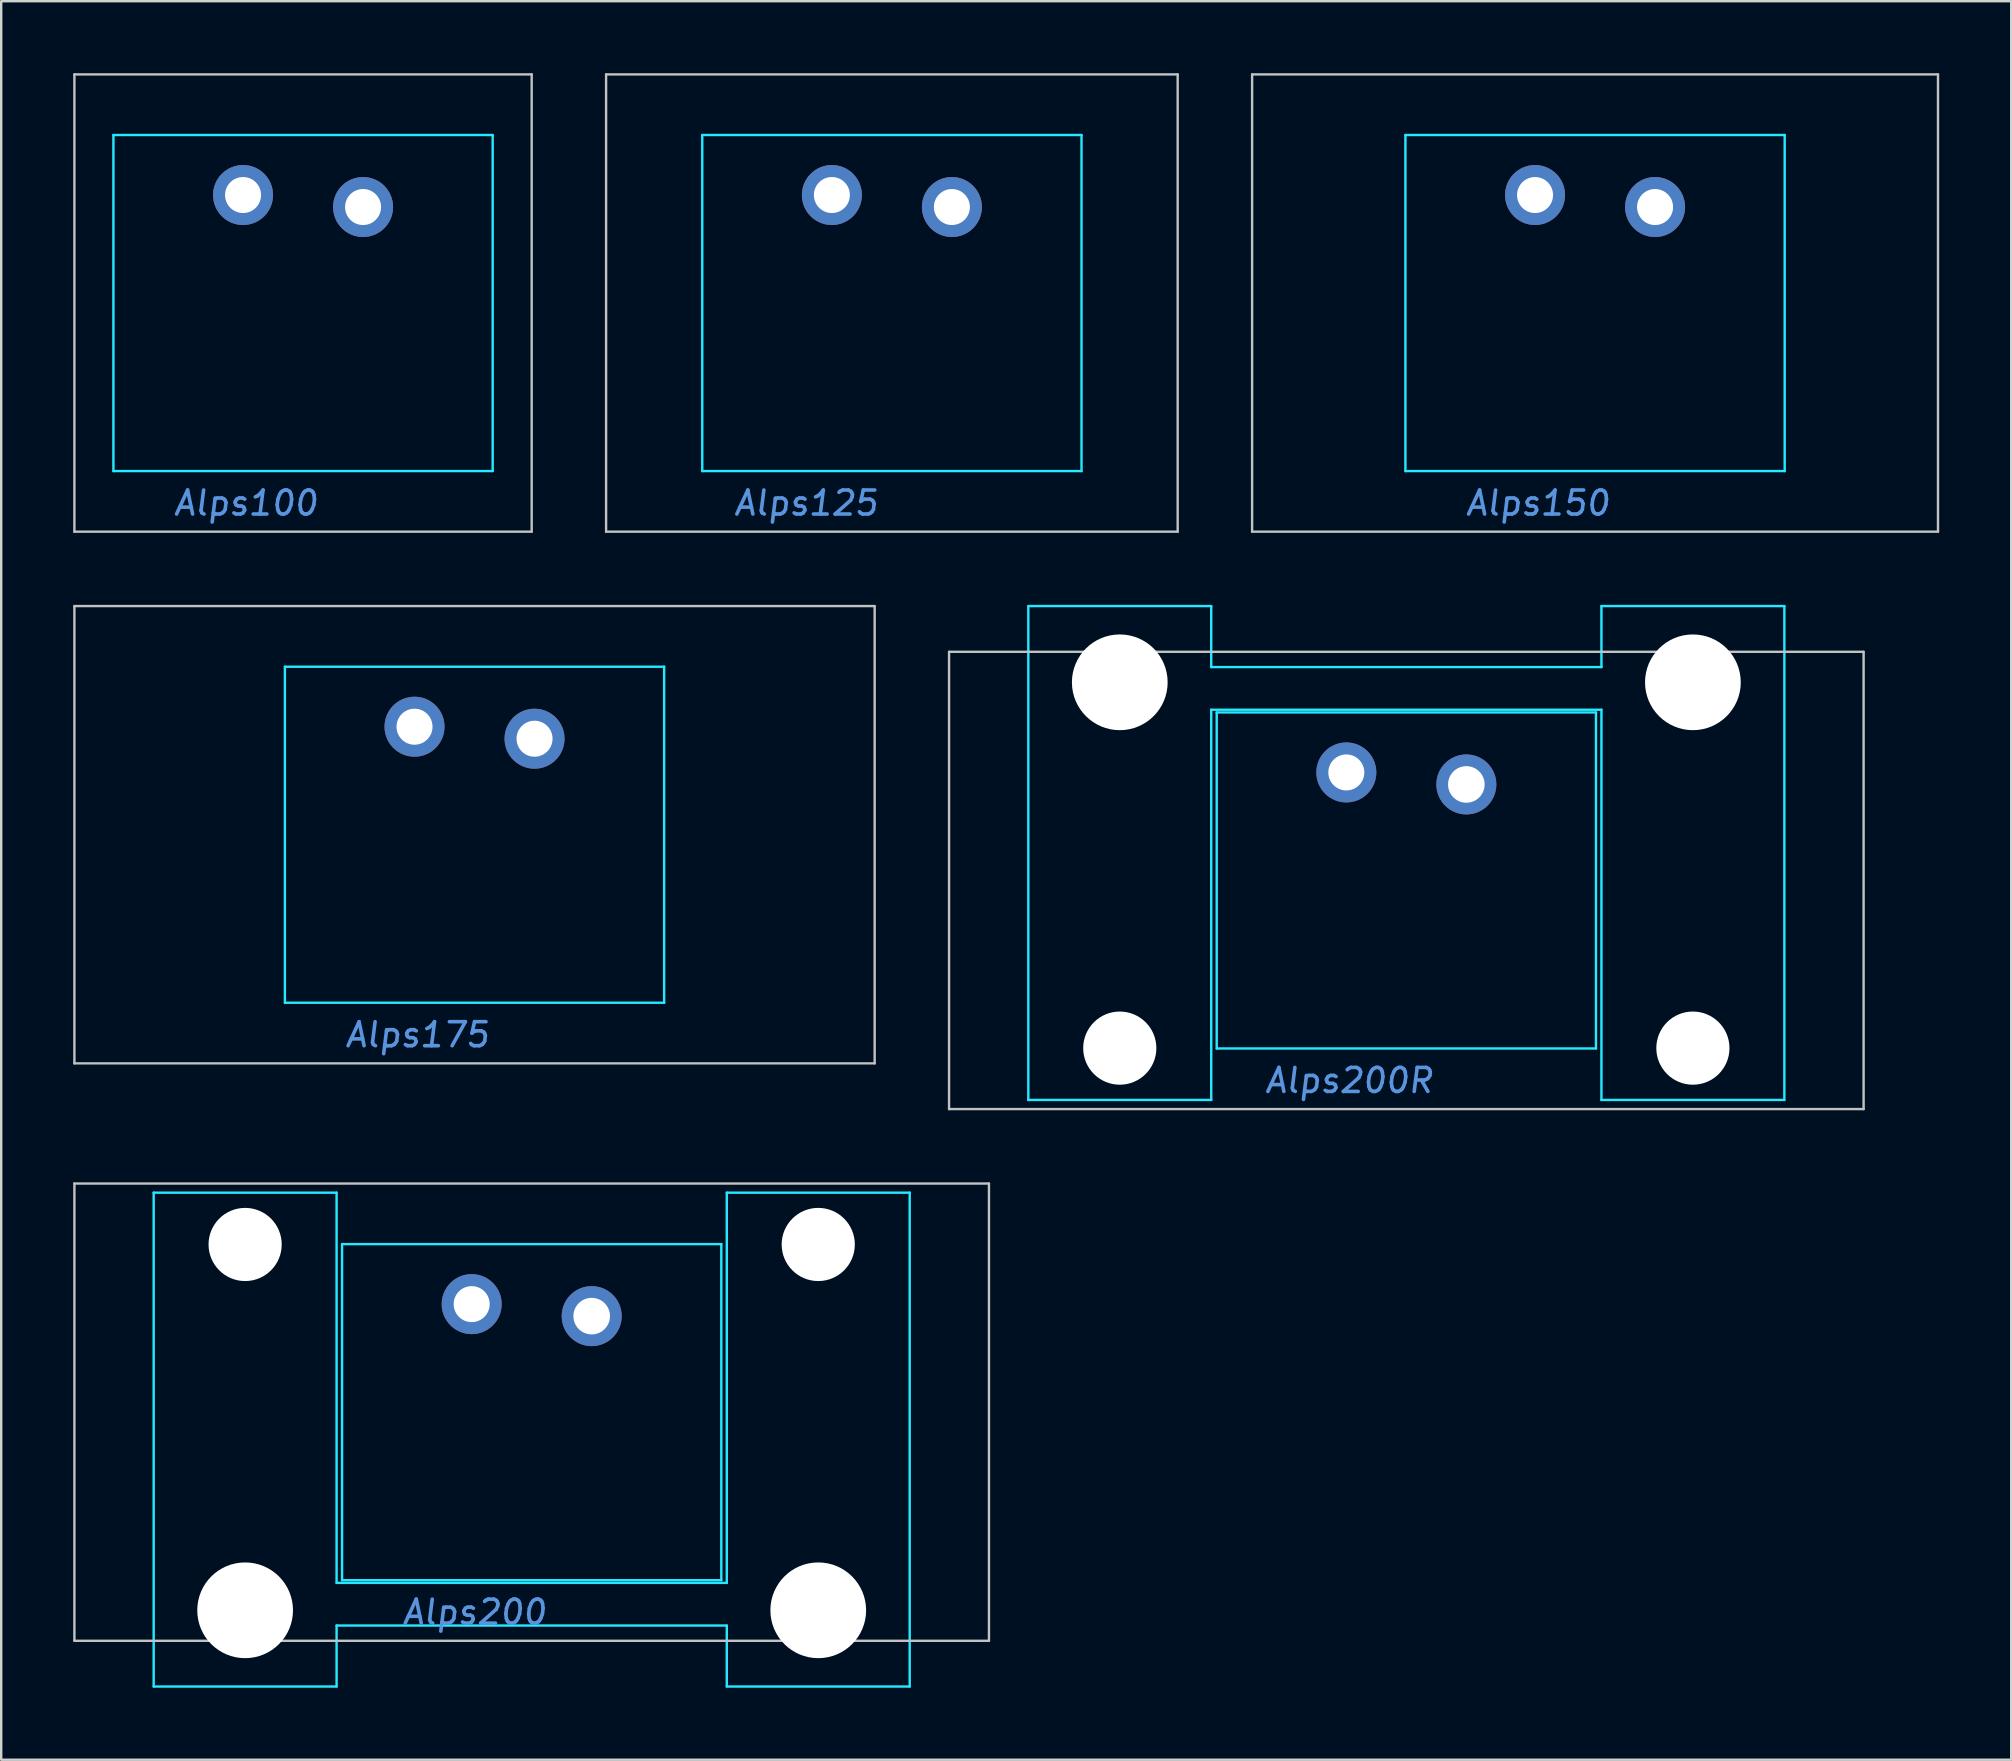
<source format=kicad_pcb>
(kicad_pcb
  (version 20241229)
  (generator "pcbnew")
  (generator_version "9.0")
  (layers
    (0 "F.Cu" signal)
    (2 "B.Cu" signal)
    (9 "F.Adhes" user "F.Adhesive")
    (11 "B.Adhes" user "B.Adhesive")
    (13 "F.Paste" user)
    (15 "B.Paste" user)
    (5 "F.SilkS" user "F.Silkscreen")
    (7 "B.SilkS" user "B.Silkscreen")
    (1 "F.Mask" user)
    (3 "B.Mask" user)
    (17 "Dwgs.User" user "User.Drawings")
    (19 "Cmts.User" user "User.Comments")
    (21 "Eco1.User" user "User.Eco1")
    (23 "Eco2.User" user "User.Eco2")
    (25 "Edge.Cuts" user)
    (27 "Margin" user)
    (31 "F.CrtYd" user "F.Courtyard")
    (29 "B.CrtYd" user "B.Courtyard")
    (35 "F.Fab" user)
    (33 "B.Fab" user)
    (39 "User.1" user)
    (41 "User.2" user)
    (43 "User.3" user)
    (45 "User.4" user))
  (footprint "Alps150"
    (layer "F.Cu")
    (at 63.4 9.575)
    (property "Reference" "Alps150" (at -2.381 8.334 0) (layer "Cmts.User") (effects (font (size 1 1) (thickness 0.15) (italic yes))))
    (attr through_hole)
    (fp_line (start -14.287 9.525) (end -14.287 -9.525) (stroke (width 0.1) (type solid)) (layer "Dwgs.User"))
    (fp_line (start 14.287 -9.525) (end -14.287 -9.525) (stroke (width 0.1) (type solid)) (layer "Dwgs.User"))
    (fp_line (start 14.287 -9.525) (end 14.287 9.525) (stroke (width 0.1) (type solid)) (layer "Dwgs.User"))
    (fp_line (start 14.287 9.525) (end -14.287 9.525) (stroke (width 0.1) (type solid)) (layer "Dwgs.User"))
    (fp_line (start -7.9 -7) (end 7.9 -7) (stroke (width 0.1) (type solid)) (layer "B.CrtYd"))
    (fp_line (start -7.9 7) (end -7.9 -7) (stroke (width 0.1) (type solid)) (layer "B.CrtYd"))
    (fp_line (start -7.9 7) (end 7.9 7) (stroke (width 0.1) (type solid)) (layer "B.CrtYd"))
    (fp_line (start 7.9 7) (end 7.9 -7) (stroke (width 0.1) (type solid)) (layer "B.CrtYd"))
    (pad "1" thru_hole circle (at -2.5 -4.5 45) (size 2.5 2.5) (drill 1.5) (layers "*.Cu" "*.Mask"))
    (pad "2" thru_hole circle (at 2.5 -4 45) (size 2.5 2.5) (drill 1.5) (layers "*.Cu" "*.Mask")))
  (footprint "Alps200R"
    (layer "F.Cu")
    (at 55.538 33.63)
    (property "Reference" "Alps200R" (at -2.381 8.334 0) (layer "Cmts.User") (effects (font (size 1 1) (thickness 0.15) (italic yes))))
    (attr through_hole)
    (fp_line (start -19.05 -9.525) (end -19.05 9.525) (stroke (width 0.1) (type solid)) (layer "Dwgs.User"))
    (fp_line (start -19.05 -9.525) (end 19.05 -9.525) (stroke (width 0.1) (type solid)) (layer "Dwgs.User"))
    (fp_line (start -19.05 9.525) (end 19.05 9.525) (stroke (width 0.1) (type solid)) (layer "Dwgs.User"))
    (fp_line (start 19.05 -9.525) (end 19.05 9.525) (stroke (width 0.1) (type solid)) (layer "Dwgs.User"))
    (fp_line (start -15.748 -11.43) (end -8.128 -11.43) (stroke (width 0.1) (type solid)) (layer "B.CrtYd"))
    (fp_line (start -15.748 9.144) (end -15.748 -11.43) (stroke (width 0.1) (type solid)) (layer "B.CrtYd"))
    (fp_line (start -8.128 -11.43) (end -8.128 -8.89) (stroke (width 0.1) (type solid)) (layer "B.CrtYd"))
    (fp_line (start -8.128 9.144) (end -15.748 9.144) (stroke (width 0.1) (type solid)) (layer "B.CrtYd"))
    (fp_line (start -8.128 9.144) (end -8.128 -7.112) (stroke (width 0.1) (type solid)) (layer "B.CrtYd"))
    (fp_line (start -7.9 -7) (end 7.9 -7) (stroke (width 0.1) (type solid)) (layer "B.CrtYd"))
    (fp_line (start -7.9 7) (end -7.9 -7) (stroke (width 0.1) (type solid)) (layer "B.CrtYd"))
    (fp_line (start -7.9 7) (end 7.9 7) (stroke (width 0.1) (type solid)) (layer "B.CrtYd"))
    (fp_line (start 7.9 7) (end 7.9 -7) (stroke (width 0.1) (type solid)) (layer "B.CrtYd"))
    (fp_line (start 8.128 -11.43) (end 8.128 -8.89) (stroke (width 0.1) (type solid)) (layer "B.CrtYd"))
    (fp_line (start 8.128 -11.43) (end 15.748 -11.43) (stroke (width 0.1) (type solid)) (layer "B.CrtYd"))
    (fp_line (start 8.128 -8.89) (end -8.128 -8.89) (stroke (width 0.1) (type solid)) (layer "B.CrtYd"))
    (fp_line (start 8.128 -7.112) (end -8.128 -7.112) (stroke (width 0.1) (type solid)) (layer "B.CrtYd"))
    (fp_line (start 8.128 9.144) (end 8.128 -7.112) (stroke (width 0.1) (type solid)) (layer "B.CrtYd"))
    (fp_line (start 15.748 -11.43) (end 15.748 9.144) (stroke (width 0.1) (type solid)) (layer "B.CrtYd"))
    (fp_line (start 15.748 9.144) (end 8.128 9.144) (stroke (width 0.1) (type solid)) (layer "B.CrtYd"))
    (pad "" np_thru_hole circle (at -11.938 -8.255) (size 3.988 3.988) (drill 3.988) (layers "*.Cu" "*.Mask"))
    (pad "" np_thru_hole circle (at -11.938 6.985) (size 3.048 3.048) (drill 3.048) (layers "*.Cu" "*.Mask"))
    (pad "" np_thru_hole circle (at 11.938 -8.255) (size 3.988 3.988) (drill 3.988) (layers "*.Cu" "*.Mask"))
    (pad "" np_thru_hole circle (at 11.938 6.985) (size 3.048 3.048) (drill 3.048) (layers "*.Cu" "*.Mask"))
    (pad "1" thru_hole circle (at -2.5 -4.5 45) (size 2.5 2.5) (drill 1.5) (layers "*.Cu" "*.Mask"))
    (pad "2" thru_hole circle (at 2.5 -4 45) (size 2.5 2.5) (drill 1.524) (layers "*.Cu" "*.Mask")))
  (footprint "Alps125"
    (layer "F.Cu")
    (at 34.106 9.575)
    (property "Reference" "Alps125" (at -3.572 8.334 0) (layer "Cmts.User") (effects (font (size 1 1) (thickness 0.15) (italic yes))))
    (attr through_hole)
    (fp_line (start -11.906 -9.525) (end 11.906 -9.525) (stroke (width 0.1) (type solid)) (layer "Dwgs.User"))
    (fp_line (start -11.906 9.525) (end -11.906 -9.525) (stroke (width 0.1) (type solid)) (layer "Dwgs.User"))
    (fp_line (start 11.906 -9.525) (end 11.906 9.525) (stroke (width 0.1) (type solid)) (layer "Dwgs.User"))
    (fp_line (start 11.906 9.525) (end -11.906 9.525) (stroke (width 0.1) (type solid)) (layer "Dwgs.User"))
    (fp_line (start -7.9 -7) (end 7.9 -7) (stroke (width 0.1) (type solid)) (layer "B.CrtYd"))
    (fp_line (start -7.9 7) (end -7.9 -7) (stroke (width 0.1) (type solid)) (layer "B.CrtYd"))
    (fp_line (start -7.9 7) (end 7.9 7) (stroke (width 0.1) (type solid)) (layer "B.CrtYd"))
    (fp_line (start 7.9 7) (end 7.9 -7) (stroke (width 0.1) (type solid)) (layer "B.CrtYd"))
    (pad "1" thru_hole circle (at -2.5 -4.5 45) (size 2.5 2.5) (drill 1.5) (layers "*.Cu" "*.Mask"))
    (pad "2" thru_hole circle (at 2.5 -4 45) (size 2.5 2.5) (drill 1.5) (layers "*.Cu" "*.Mask")))
  (footprint "Alps100"
    (layer "F.Cu")
    (at 9.575 9.575)
    (property "Reference" "Alps100" (at -2.381 8.334 0) (layer "Cmts.User") (effects (font (size 1 1) (thickness 0.15) (italic yes))))
    (attr through_hole)
    (fp_line (start -9.525 -9.525) (end 9.525 -9.525) (stroke (width 0.1) (type solid)) (layer "Dwgs.User"))
    (fp_line (start -9.525 9.525) (end -9.525 -9.525) (stroke (width 0.1) (type solid)) (layer "Dwgs.User"))
    (fp_line (start 9.525 -9.525) (end 9.525 9.525) (stroke (width 0.1) (type solid)) (layer "Dwgs.User"))
    (fp_line (start 9.525 9.525) (end -9.525 9.525) (stroke (width 0.1) (type solid)) (layer "Dwgs.User"))
    (fp_line (start -7.9 -7) (end 7.9 -7) (stroke (width 0.1) (type solid)) (layer "B.CrtYd"))
    (fp_line (start -7.9 7) (end -7.9 -7) (stroke (width 0.1) (type solid)) (layer "B.CrtYd"))
    (fp_line (start -7.9 7) (end 7.9 7) (stroke (width 0.1) (type solid)) (layer "B.CrtYd"))
    (fp_line (start 7.9 7) (end 7.9 -7) (stroke (width 0.1) (type solid)) (layer "B.CrtYd"))
    (pad "1" thru_hole circle (at -2.5 -4.5 45) (size 2.5 2.5) (drill 1.5) (layers "*.Cu" "*.Mask"))
    (pad "2" thru_hole circle (at 2.5 -4 45) (size 2.5 2.5) (drill 1.5) (layers "*.Cu" "*.Mask")))
  (footprint "Alps175"
    (layer "F.Cu")
    (at 16.719 31.725)
    (property "Reference" "Alps175" (at -2.381 8.334 0) (layer "Cmts.User") (effects (font (size 1 1) (thickness 0.15) (italic yes))))
    (attr through_hole)
    (fp_line (start -16.669 9.525) (end -16.669 -9.525) (stroke (width 0.1) (type solid)) (layer "Dwgs.User"))
    (fp_line (start 16.669 -9.525) (end -16.669 -9.525) (stroke (width 0.1) (type solid)) (layer "Dwgs.User"))
    (fp_line (start 16.669 -9.525) (end 16.669 9.525) (stroke (width 0.1) (type solid)) (layer "Dwgs.User"))
    (fp_line (start 16.669 9.525) (end -16.669 9.525) (stroke (width 0.1) (type solid)) (layer "Dwgs.User"))
    (fp_line (start -7.9 -7) (end 7.9 -7) (stroke (width 0.1) (type solid)) (layer "B.CrtYd"))
    (fp_line (start -7.9 7) (end -7.9 -7) (stroke (width 0.1) (type solid)) (layer "B.CrtYd"))
    (fp_line (start -7.9 7) (end 7.9 7) (stroke (width 0.1) (type solid)) (layer "B.CrtYd"))
    (fp_line (start 7.9 7) (end 7.9 -7) (stroke (width 0.1) (type solid)) (layer "B.CrtYd"))
    (pad "1" thru_hole circle (at -2.5 -4.5 45) (size 2.5 2.5) (drill 1.5) (layers "*.Cu" "*.Mask"))
    (pad "2" thru_hole circle (at 2.5 -4 45) (size 2.5 2.5) (drill 1.5) (layers "*.Cu" "*.Mask")))
  (footprint "Alps200"
    (layer "F.Cu")
    (at 19.1 55.78)
    (property "Reference" "Alps200" (at -2.381 8.334 0) (layer "Cmts.User") (effects (font (size 1 1) (thickness 0.15) (italic yes))))
    (attr through_hole)
    (fp_line (start -19.05 -9.525) (end -19.05 9.525) (stroke (width 0.1) (type solid)) (layer "Dwgs.User"))
    (fp_line (start -19.05 -9.525) (end 19.05 -9.525) (stroke (width 0.1) (type solid)) (layer "Dwgs.User"))
    (fp_line (start -19.05 9.525) (end 19.05 9.525) (stroke (width 0.1) (type solid)) (layer "Dwgs.User"))
    (fp_line (start 19.05 -9.525) (end 19.05 9.525) (stroke (width 0.1) (type solid)) (layer "Dwgs.User"))
    (fp_line (start -15.748 -9.144) (end -8.128 -9.144) (stroke (width 0.1) (type solid)) (layer "B.CrtYd"))
    (fp_line (start -15.748 11.43) (end -15.748 -9.144) (stroke (width 0.1) (type solid)) (layer "B.CrtYd"))
    (fp_line (start -8.128 -9.144) (end -8.128 7.112) (stroke (width 0.1) (type solid)) (layer "B.CrtYd"))
    (fp_line (start -8.128 7.112) (end 8.128 7.112) (stroke (width 0.1) (type solid)) (layer "B.CrtYd"))
    (fp_line (start -8.128 8.89) (end 8.128 8.89) (stroke (width 0.1) (type solid)) (layer "B.CrtYd"))
    (fp_line (start -8.128 11.43) (end -15.748 11.43) (stroke (width 0.1) (type solid)) (layer "B.CrtYd"))
    (fp_line (start -8.128 11.43) (end -8.128 8.89) (stroke (width 0.1) (type solid)) (layer "B.CrtYd"))
    (fp_line (start -7.9 -7) (end 7.9 -7) (stroke (width 0.1) (type solid)) (layer "B.CrtYd"))
    (fp_line (start -7.9 7) (end -7.9 -7) (stroke (width 0.1) (type solid)) (layer "B.CrtYd"))
    (fp_line (start -7.9 7) (end 7.9 7) (stroke (width 0.1) (type solid)) (layer "B.CrtYd"))
    (fp_line (start 7.9 7) (end 7.9 -7) (stroke (width 0.1) (type solid)) (layer "B.CrtYd"))
    (fp_line (start 8.128 -9.144) (end 8.128 7.112) (stroke (width 0.1) (type solid)) (layer "B.CrtYd"))
    (fp_line (start 8.128 -9.144) (end 15.748 -9.144) (stroke (width 0.1) (type solid)) (layer "B.CrtYd"))
    (fp_line (start 8.128 11.43) (end 8.128 8.89) (stroke (width 0.1) (type solid)) (layer "B.CrtYd"))
    (fp_line (start 15.748 -9.144) (end 15.748 11.43) (stroke (width 0.1) (type solid)) (layer "B.CrtYd"))
    (fp_line (start 15.748 11.43) (end 8.128 11.43) (stroke (width 0.1) (type solid)) (layer "B.CrtYd"))
    (pad "" np_thru_hole circle (at -11.938 -6.985 180) (size 3.048 3.048) (drill 3.048) (layers "*.Cu" "*.Mask"))
    (pad "" np_thru_hole circle (at -11.938 8.255 180) (size 3.988 3.988) (drill 3.988) (layers "*.Cu" "*.Mask"))
    (pad "" np_thru_hole circle (at 11.938 -6.985 180) (size 3.048 3.048) (drill 3.048) (layers "*.Cu" "*.Mask"))
    (pad "" np_thru_hole circle (at 11.938 8.255 180) (size 3.988 3.988) (drill 3.988) (layers "*.Cu" "*.Mask"))
    (pad "1" thru_hole circle (at -2.5 -4.5 45) (size 2.5 2.5) (drill 1.5) (layers "*.Cu" "*.Mask"))
    (pad "2" thru_hole circle (at 2.5 -4) (size 2.5 2.5) (drill 1.524) (layers "*.Cu" "*.Mask")))
  (gr_rect
    (start -3 -3)
    (end 80.737 70.26)
    (stroke (width 0.1) (type default))
    (fill no)
    (layer "Edge.Cuts")))
</source>
